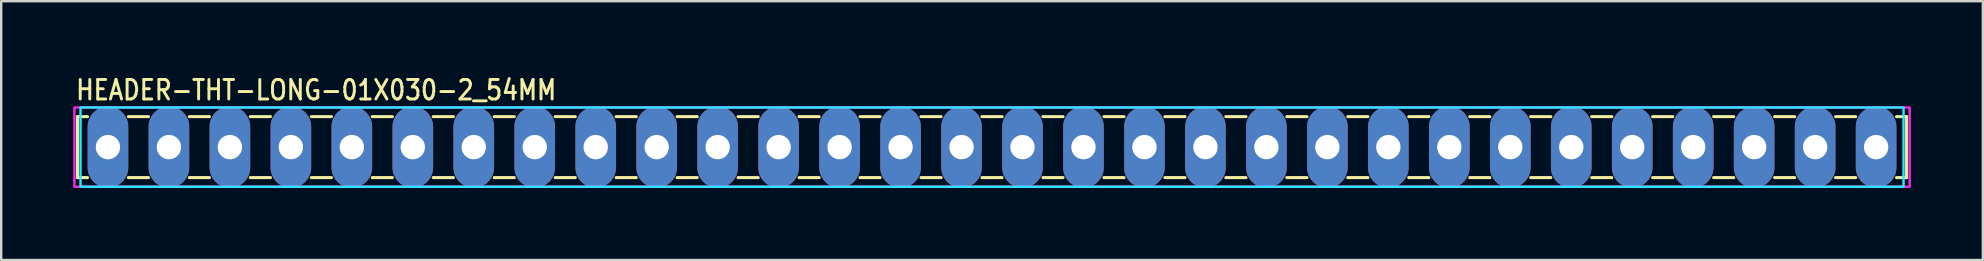
<source format=kicad_pcb>
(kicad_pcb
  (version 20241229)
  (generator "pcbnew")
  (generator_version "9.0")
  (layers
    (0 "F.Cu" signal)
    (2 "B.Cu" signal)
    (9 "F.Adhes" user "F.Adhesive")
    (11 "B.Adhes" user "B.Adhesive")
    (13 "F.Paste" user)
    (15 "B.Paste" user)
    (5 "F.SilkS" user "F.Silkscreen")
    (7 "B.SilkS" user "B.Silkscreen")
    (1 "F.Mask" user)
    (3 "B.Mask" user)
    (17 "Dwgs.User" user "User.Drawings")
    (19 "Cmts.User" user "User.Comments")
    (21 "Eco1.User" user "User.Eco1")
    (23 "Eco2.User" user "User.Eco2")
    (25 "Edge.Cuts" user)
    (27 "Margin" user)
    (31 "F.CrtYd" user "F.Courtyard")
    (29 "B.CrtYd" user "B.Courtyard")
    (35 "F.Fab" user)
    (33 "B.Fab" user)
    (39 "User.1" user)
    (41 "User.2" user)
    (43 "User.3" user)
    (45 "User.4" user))
  (footprint "HEADER-THT-LONG-01X030-2_54MM"
    (layer "F.Cu")
    (at 1.447 3.079)
    (property "Reference" "HEADER-THT-LONG-01X030-2_54MM" (at -1.4 -1.9 0) (unlocked yes) (layer "F.SilkS") (effects (font (size 0.813 0.695) (thickness 0.122)) (justify left bottom)))
    (fp_line (start -1.27 -1.27) (end -1.27 1.27) (stroke (width 0.127) (type solid)) (layer "F.SilkS"))
    (fp_line (start -1.27 1.27) (end -0.85 1.27) (stroke (width 0.127) (type solid)) (layer "F.SilkS"))
    (fp_line (start -0.85 -1.27) (end -1.27 -1.27) (stroke (width 0.127) (type solid)) (layer "F.SilkS"))
    (fp_line (start 0.85 -1.27) (end 1.69 -1.27) (stroke (width 0.127) (type solid)) (layer "F.SilkS"))
    (fp_line (start 0.85 1.27) (end 1.69 1.27) (stroke (width 0.127) (type solid)) (layer "F.SilkS"))
    (fp_line (start 3.39 -1.27) (end 4.23 -1.27) (stroke (width 0.127) (type solid)) (layer "F.SilkS"))
    (fp_line (start 3.39 1.27) (end 4.23 1.27) (stroke (width 0.127) (type solid)) (layer "F.SilkS"))
    (fp_line (start 5.93 -1.27) (end 6.77 -1.27) (stroke (width 0.127) (type solid)) (layer "F.SilkS"))
    (fp_line (start 5.93 1.27) (end 6.77 1.27) (stroke (width 0.127) (type solid)) (layer "F.SilkS"))
    (fp_line (start 8.47 -1.27) (end 9.31 -1.27) (stroke (width 0.127) (type solid)) (layer "F.SilkS"))
    (fp_line (start 8.47 1.27) (end 9.31 1.27) (stroke (width 0.127) (type solid)) (layer "F.SilkS"))
    (fp_line (start 11.01 -1.27) (end 11.85 -1.27) (stroke (width 0.127) (type solid)) (layer "F.SilkS"))
    (fp_line (start 11.01 1.27) (end 11.85 1.27) (stroke (width 0.127) (type solid)) (layer "F.SilkS"))
    (fp_line (start 13.55 -1.27) (end 14.39 -1.27) (stroke (width 0.127) (type solid)) (layer "F.SilkS"))
    (fp_line (start 13.55 1.27) (end 14.39 1.27) (stroke (width 0.127) (type solid)) (layer "F.SilkS"))
    (fp_line (start 16.09 -1.27) (end 16.93 -1.27) (stroke (width 0.127) (type solid)) (layer "F.SilkS"))
    (fp_line (start 16.09 1.27) (end 16.93 1.27) (stroke (width 0.127) (type solid)) (layer "F.SilkS"))
    (fp_line (start 18.63 -1.27) (end 19.47 -1.27) (stroke (width 0.127) (type solid)) (layer "F.SilkS"))
    (fp_line (start 18.63 1.27) (end 19.47 1.27) (stroke (width 0.127) (type solid)) (layer "F.SilkS"))
    (fp_line (start 21.17 -1.27) (end 22.01 -1.27) (stroke (width 0.127) (type solid)) (layer "F.SilkS"))
    (fp_line (start 21.17 1.27) (end 22.01 1.27) (stroke (width 0.127) (type solid)) (layer "F.SilkS"))
    (fp_line (start 23.71 -1.27) (end 24.55 -1.27) (stroke (width 0.127) (type solid)) (layer "F.SilkS"))
    (fp_line (start 23.71 1.27) (end 24.55 1.27) (stroke (width 0.127) (type solid)) (layer "F.SilkS"))
    (fp_line (start 26.25 -1.27) (end 27.09 -1.27) (stroke (width 0.127) (type solid)) (layer "F.SilkS"))
    (fp_line (start 26.25 1.27) (end 27.09 1.27) (stroke (width 0.127) (type solid)) (layer "F.SilkS"))
    (fp_line (start 28.79 -1.27) (end 29.63 -1.27) (stroke (width 0.127) (type solid)) (layer "F.SilkS"))
    (fp_line (start 28.79 1.27) (end 29.63 1.27) (stroke (width 0.127) (type solid)) (layer "F.SilkS"))
    (fp_line (start 31.33 -1.27) (end 32.17 -1.27) (stroke (width 0.127) (type solid)) (layer "F.SilkS"))
    (fp_line (start 31.33 1.27) (end 32.17 1.27) (stroke (width 0.127) (type solid)) (layer "F.SilkS"))
    (fp_line (start 33.87 -1.27) (end 34.71 -1.27) (stroke (width 0.127) (type solid)) (layer "F.SilkS"))
    (fp_line (start 33.87 1.27) (end 34.71 1.27) (stroke (width 0.127) (type solid)) (layer "F.SilkS"))
    (fp_line (start 36.41 -1.27) (end 37.25 -1.27) (stroke (width 0.127) (type solid)) (layer "F.SilkS"))
    (fp_line (start 36.41 1.27) (end 37.25 1.27) (stroke (width 0.127) (type solid)) (layer "F.SilkS"))
    (fp_line (start 38.95 -1.27) (end 39.79 -1.27) (stroke (width 0.127) (type solid)) (layer "F.SilkS"))
    (fp_line (start 38.95 1.27) (end 39.79 1.27) (stroke (width 0.127) (type solid)) (layer "F.SilkS"))
    (fp_line (start 41.49 -1.27) (end 42.33 -1.27) (stroke (width 0.127) (type solid)) (layer "F.SilkS"))
    (fp_line (start 41.49 1.27) (end 42.33 1.27) (stroke (width 0.127) (type solid)) (layer "F.SilkS"))
    (fp_line (start 44.03 -1.27) (end 44.87 -1.27) (stroke (width 0.127) (type solid)) (layer "F.SilkS"))
    (fp_line (start 44.03 1.27) (end 44.87 1.27) (stroke (width 0.127) (type solid)) (layer "F.SilkS"))
    (fp_line (start 46.57 -1.27) (end 47.41 -1.27) (stroke (width 0.127) (type solid)) (layer "F.SilkS"))
    (fp_line (start 46.57 1.27) (end 47.41 1.27) (stroke (width 0.127) (type solid)) (layer "F.SilkS"))
    (fp_line (start 49.11 -1.27) (end 49.95 -1.27) (stroke (width 0.127) (type solid)) (layer "F.SilkS"))
    (fp_line (start 49.11 1.27) (end 49.95 1.27) (stroke (width 0.127) (type solid)) (layer "F.SilkS"))
    (fp_line (start 51.65 -1.27) (end 52.49 -1.27) (stroke (width 0.127) (type solid)) (layer "F.SilkS"))
    (fp_line (start 51.65 1.27) (end 52.49 1.27) (stroke (width 0.127) (type solid)) (layer "F.SilkS"))
    (fp_line (start 54.19 -1.27) (end 55.03 -1.27) (stroke (width 0.127) (type solid)) (layer "F.SilkS"))
    (fp_line (start 54.19 1.27) (end 55.03 1.27) (stroke (width 0.127) (type solid)) (layer "F.SilkS"))
    (fp_line (start 56.73 -1.27) (end 57.57 -1.27) (stroke (width 0.127) (type solid)) (layer "F.SilkS"))
    (fp_line (start 56.73 1.27) (end 57.57 1.27) (stroke (width 0.127) (type solid)) (layer "F.SilkS"))
    (fp_line (start 59.27 -1.27) (end 60.11 -1.27) (stroke (width 0.127) (type solid)) (layer "F.SilkS"))
    (fp_line (start 59.27 1.27) (end 60.11 1.27) (stroke (width 0.127) (type solid)) (layer "F.SilkS"))
    (fp_line (start 61.81 -1.27) (end 62.65 -1.27) (stroke (width 0.127) (type solid)) (layer "F.SilkS"))
    (fp_line (start 61.81 1.27) (end 62.65 1.27) (stroke (width 0.127) (type solid)) (layer "F.SilkS"))
    (fp_line (start 64.35 -1.27) (end 65.19 -1.27) (stroke (width 0.127) (type solid)) (layer "F.SilkS"))
    (fp_line (start 64.35 1.27) (end 65.19 1.27) (stroke (width 0.127) (type solid)) (layer "F.SilkS"))
    (fp_line (start 66.89 -1.27) (end 67.73 -1.27) (stroke (width 0.127) (type solid)) (layer "F.SilkS"))
    (fp_line (start 66.89 1.27) (end 67.73 1.27) (stroke (width 0.127) (type solid)) (layer "F.SilkS"))
    (fp_line (start 69.43 -1.27) (end 70.27 -1.27) (stroke (width 0.127) (type solid)) (layer "F.SilkS"))
    (fp_line (start 69.43 1.27) (end 70.27 1.27) (stroke (width 0.127) (type solid)) (layer "F.SilkS"))
    (fp_line (start 71.97 -1.27) (end 72.81 -1.27) (stroke (width 0.127) (type solid)) (layer "F.SilkS"))
    (fp_line (start 71.97 1.27) (end 72.81 1.27) (stroke (width 0.127) (type solid)) (layer "F.SilkS"))
    (fp_line (start 74.51 -1.27) (end 74.93 -1.27) (stroke (width 0.127) (type solid)) (layer "F.SilkS"))
    (fp_line (start 74.93 -1.27) (end 74.93 1.27) (stroke (width 0.127) (type solid)) (layer "F.SilkS"))
    (fp_line (start 74.93 1.27) (end 74.51 1.27) (stroke (width 0.127) (type solid)) (layer "F.SilkS"))
    (fp_poly (pts (xy -1.143 -1.651) (xy 74.803 -1.651) (xy 74.803 1.651) (xy -1.143 1.651)) (stroke (width 0.1) (type solid)) (fill no) (layer "B.CrtYd"))
    (fp_poly (pts (xy -1.397 -1.651) (xy 75.057 -1.651) (xy 75.057 1.651) (xy -1.397 1.651)) (stroke (width 0.1) (type solid)) (fill no) (layer "F.CrtYd"))
    (pad "1" thru_hole oval (at 0 0 90) (size 3.387 1.693) (drill 1.016) (layers "*.Cu" "*.Mask"))
    (pad "2" thru_hole oval (at 2.54 0 90) (size 3.387 1.693) (drill 1.016) (layers "*.Cu" "*.Mask"))
    (pad "3" thru_hole oval (at 5.08 0 90) (size 3.387 1.693) (drill 1.016) (layers "*.Cu" "*.Mask"))
    (pad "4" thru_hole oval (at 7.62 0 90) (size 3.387 1.693) (drill 1.016) (layers "*.Cu" "*.Mask"))
    (pad "5" thru_hole oval (at 10.16 0 90) (size 3.387 1.693) (drill 1.016) (layers "*.Cu" "*.Mask"))
    (pad "6" thru_hole oval (at 12.7 0 90) (size 3.387 1.693) (drill 1.016) (layers "*.Cu" "*.Mask"))
    (pad "7" thru_hole oval (at 15.24 0 90) (size 3.387 1.693) (drill 1.016) (layers "*.Cu" "*.Mask"))
    (pad "8" thru_hole oval (at 17.78 0 90) (size 3.387 1.693) (drill 1.016) (layers "*.Cu" "*.Mask"))
    (pad "9" thru_hole oval (at 20.32 0 90) (size 3.387 1.693) (drill 1.016) (layers "*.Cu" "*.Mask"))
    (pad "10" thru_hole oval (at 22.86 0 90) (size 3.387 1.693) (drill 1.016) (layers "*.Cu" "*.Mask"))
    (pad "11" thru_hole oval (at 25.4 0 90) (size 3.387 1.693) (drill 1.016) (layers "*.Cu" "*.Mask"))
    (pad "12" thru_hole oval (at 27.94 0 90) (size 3.387 1.693) (drill 1.016) (layers "*.Cu" "*.Mask"))
    (pad "13" thru_hole oval (at 30.48 0 90) (size 3.387 1.693) (drill 1.016) (layers "*.Cu" "*.Mask"))
    (pad "14" thru_hole oval (at 33.02 0 90) (size 3.387 1.693) (drill 1.016) (layers "*.Cu" "*.Mask"))
    (pad "15" thru_hole oval (at 35.56 0 90) (size 3.387 1.693) (drill 1.016) (layers "*.Cu" "*.Mask"))
    (pad "16" thru_hole oval (at 38.1 0 90) (size 3.387 1.693) (drill 1.016) (layers "*.Cu" "*.Mask"))
    (pad "17" thru_hole oval (at 40.64 0 90) (size 3.387 1.693) (drill 1.016) (layers "*.Cu" "*.Mask"))
    (pad "18" thru_hole oval (at 43.18 0 90) (size 3.387 1.693) (drill 1.016) (layers "*.Cu" "*.Mask"))
    (pad "19" thru_hole oval (at 45.72 0 90) (size 3.387 1.693) (drill 1.016) (layers "*.Cu" "*.Mask"))
    (pad "20" thru_hole oval (at 48.26 0 90) (size 3.387 1.693) (drill 1.016) (layers "*.Cu" "*.Mask"))
    (pad "21" thru_hole oval (at 50.8 0 90) (size 3.387 1.693) (drill 1.016) (layers "*.Cu" "*.Mask"))
    (pad "22" thru_hole oval (at 53.34 0 90) (size 3.387 1.693) (drill 1.016) (layers "*.Cu" "*.Mask"))
    (pad "23" thru_hole oval (at 55.88 0 90) (size 3.387 1.693) (drill 1.016) (layers "*.Cu" "*.Mask"))
    (pad "24" thru_hole oval (at 58.42 0 90) (size 3.387 1.693) (drill 1.016) (layers "*.Cu" "*.Mask"))
    (pad "25" thru_hole oval (at 60.96 0 90) (size 3.387 1.693) (drill 1.016) (layers "*.Cu" "*.Mask"))
    (pad "26" thru_hole oval (at 63.5 0 90) (size 3.387 1.693) (drill 1.016) (layers "*.Cu" "*.Mask"))
    (pad "27" thru_hole oval (at 66.04 0 90) (size 3.387 1.693) (drill 1.016) (layers "*.Cu" "*.Mask"))
    (pad "28" thru_hole oval (at 68.58 0 90) (size 3.387 1.693) (drill 1.016) (layers "*.Cu" "*.Mask"))
    (pad "29" thru_hole oval (at 71.12 0 90) (size 3.387 1.693) (drill 1.016) (layers "*.Cu" "*.Mask"))
    (pad "30" thru_hole oval (at 73.66 0 90) (size 3.387 1.693) (drill 1.016) (layers "*.Cu" "*.Mask")))
  (gr_rect
    (start -3 -3)
    (end 79.554 7.78)
    (stroke (width 0.1) (type default))
    (fill no)
    (layer "Edge.Cuts")))
</source>
